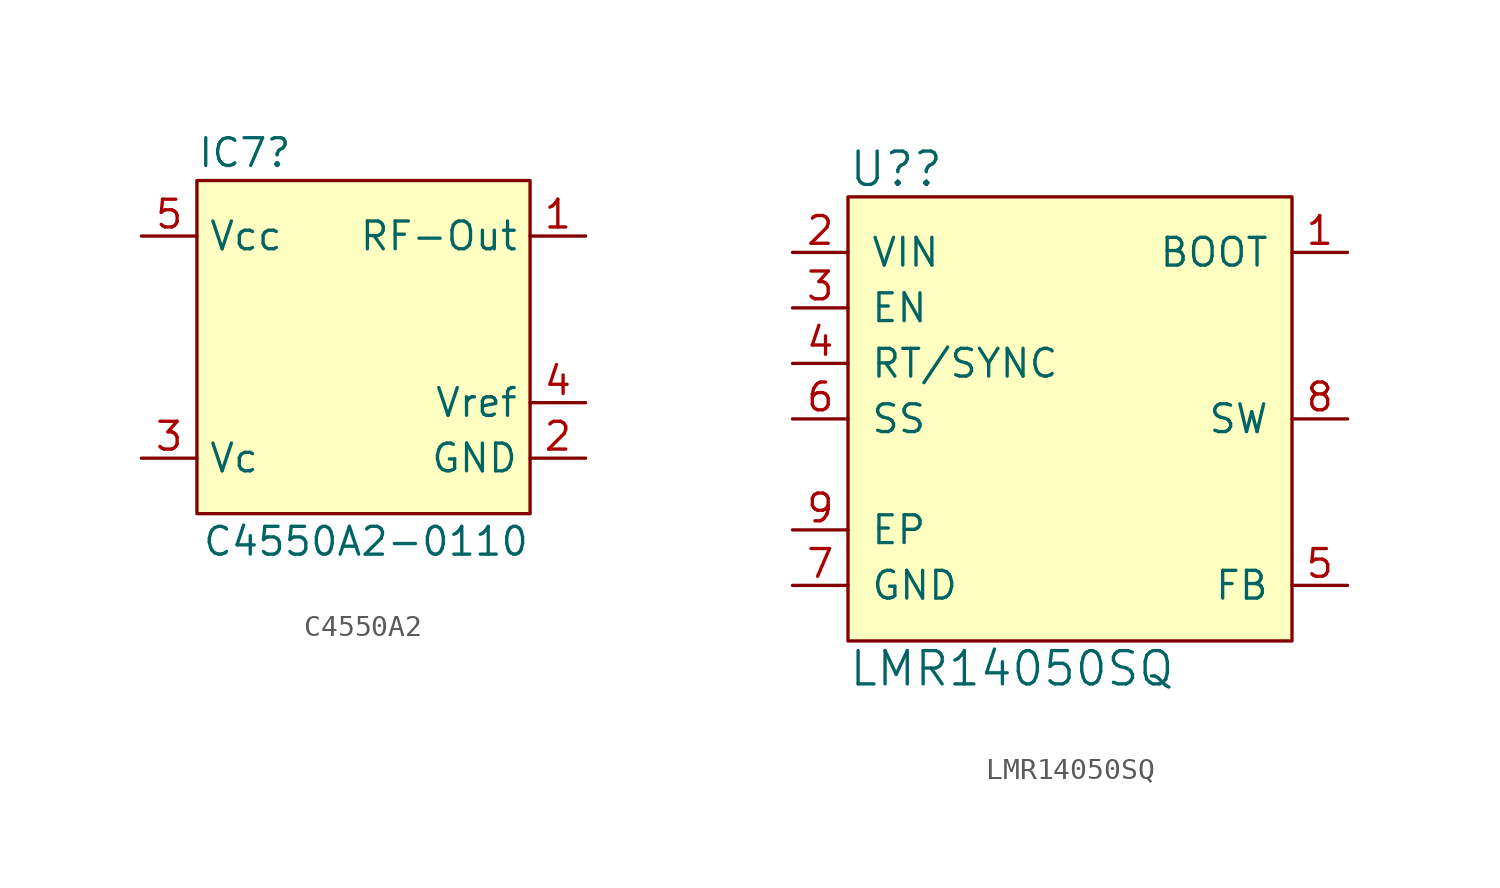
<source format=kicad_sym>
(kicad_symbol_lib
  (version 20211014)
  (generator kicad_symbol_editor)
  (symbol "C4550A2"
    (property "Reference" "IC7"
      (at -7.62 8.89 0)
      (effects (font (size 1.27 1.27)) (justify left)))
    (property "Value" "C4550A2-0110"
      (at 7.62 -8.89 0)
      (effects (font (size 1.27 1.27)) (justify right)))
    (symbol "C4550A2_0_1"
      (rectangle (start -7.62 7.62) (end 7.62 -7.62) (stroke (width 0) (type default) (color 0 0 0 0)) (fill (type background))))
    (symbol "C4550A2_1_1"
      (pin output line (at 10.16 5.08 180) (length 2.54) (name "RF-Out" (effects (font (size 1.27 1.27)))) (number "1" (effects (font (size 1.27 1.27)))))
      (pin passive line (at 10.16 -5.08 180) (length 2.54) (name "GND" (effects (font (size 1.27 1.27)))) (number "2" (effects (font (size 1.27 1.27)))))
      (pin input line (at -10.16 -5.08 0) (length 2.54) (name "Vc" (effects (font (size 1.27 1.27)))) (number "3" (effects (font (size 1.27 1.27)))))
      (pin output line (at 10.16 -2.54 180) (length 2.54) (name "Vref" (effects (font (size 1.27 1.27)))) (number "4" (effects (font (size 1.27 1.27)))))
      (pin power_in line (at -10.16 5.08 0) (length 2.54) (name "Vcc" (effects (font (size 1.27 1.27)))) (number "5" (effects (font (size 1.27 1.27)))))))
  (symbol "LMR14050SQ"
    (pin_names
      (offset 1.016))
    (property "Reference" "U?"
      (at -10.16 11.43 0)
      (effects (font (size 1.524 1.524)) (justify left)))
    (property "Value" "LMR14050SQ"
      (at -10.16 -11.43 0)
      (effects (font (size 1.524 1.524)) (justify left)))
    (property "Datasheet" ""
      (at 0 0 0)
      (effects (font (size 1.524 1.524))))
    (symbol "LMR14050SQ_0_1"
      (rectangle (start -10.16 10.16) (end 10.16 -10.16) (stroke (width 0) (type default) (color 0 0 0 0)) (fill (type background))))
    (symbol "LMR14050SQ_1_1"
      (pin input line (at 12.7 7.62 180) (length 2.54) (name "BOOT" (effects (font (size 1.27 1.27)))) (number "1" (effects (font (size 1.27 1.27)))))
      (pin input line (at -12.7 7.62 0) (length 2.54) (name "VIN" (effects (font (size 1.27 1.27)))) (number "2" (effects (font (size 1.27 1.27)))))
      (pin input line (at -12.7 5.08 0) (length 2.54) (name "EN" (effects (font (size 1.27 1.27)))) (number "3" (effects (font (size 1.27 1.27)))))
      (pin input line (at -12.7 2.54 0) (length 2.54) (name "RT/SYNC" (effects (font (size 1.27 1.27)))) (number "4" (effects (font (size 1.27 1.27)))))
      (pin input line (at 12.7 -7.62 180) (length 2.54) (name "FB" (effects (font (size 1.27 1.27)))) (number "5" (effects (font (size 1.27 1.27)))))
      (pin input line (at -12.7 0 0) (length 2.54) (name "SS" (effects (font (size 1.27 1.27)))) (number "6" (effects (font (size 1.27 1.27)))))
      (pin input line (at -12.7 -7.62 0) (length 2.54) (name "GND" (effects (font (size 1.27 1.27)))) (number "7" (effects (font (size 1.27 1.27)))))
      (pin input line (at 12.7 0 180) (length 2.54) (name "SW" (effects (font (size 1.27 1.27)))) (number "8" (effects (font (size 1.27 1.27)))))
      (pin input line (at -12.7 -5.08 0) (length 2.54) (name "EP" (effects (font (size 1.27 1.27)))) (number "9" (effects (font (size 1.27 1.27))))))))
</source>
